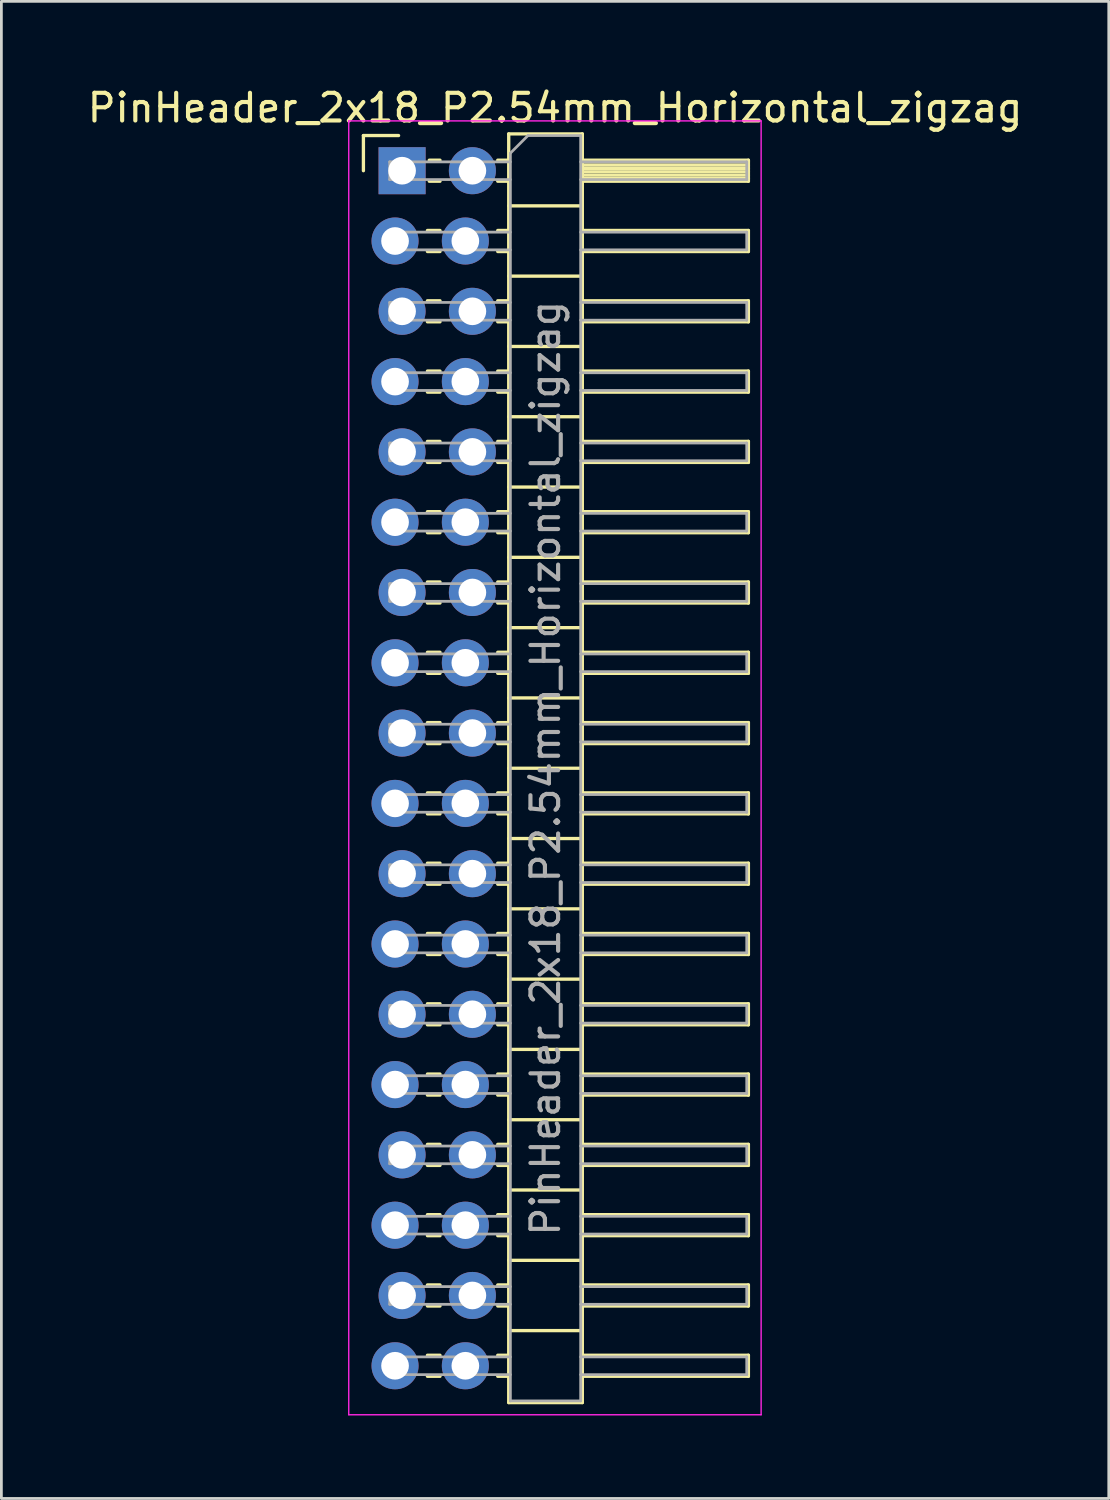
<source format=kicad_pcb>
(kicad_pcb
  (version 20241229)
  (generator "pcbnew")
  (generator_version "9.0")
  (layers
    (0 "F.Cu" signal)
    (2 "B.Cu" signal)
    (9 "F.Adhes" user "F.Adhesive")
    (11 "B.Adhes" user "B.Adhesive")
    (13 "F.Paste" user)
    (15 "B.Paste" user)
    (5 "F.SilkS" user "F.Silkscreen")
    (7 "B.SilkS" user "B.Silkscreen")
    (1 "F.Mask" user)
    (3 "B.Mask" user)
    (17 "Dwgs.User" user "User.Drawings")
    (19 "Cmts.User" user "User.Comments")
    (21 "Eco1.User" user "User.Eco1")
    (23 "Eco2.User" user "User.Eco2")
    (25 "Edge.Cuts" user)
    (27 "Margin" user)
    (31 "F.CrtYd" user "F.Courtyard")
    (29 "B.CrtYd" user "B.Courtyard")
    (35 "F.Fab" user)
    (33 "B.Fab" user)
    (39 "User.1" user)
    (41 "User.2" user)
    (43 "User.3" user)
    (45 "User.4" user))
  (footprint "PinHeader_2x18_P2.54mm_Horizontal_zigzag"
    (layer "F.Cu")
    (at 11.351 3.118)
    (property "Reference" "PinHeader_2x18_P2.54mm_Horizontal_zigzag" (at 5.655 -2.27 0) (layer "F.SilkS") (effects (font (size 1 1) (thickness 0.15))))
    (attr through_hole)
    (fp_line (start -1.27 -1.27) (end 0 -1.27) (stroke (width 0.12) (type solid)) (layer "F.SilkS"))
    (fp_line (start -1.27 0) (end -1.27 -1.27) (stroke (width 0.12) (type solid)) (layer "F.SilkS"))
    (fp_line (start 1.043 2.16) (end 1.497 2.16) (stroke (width 0.12) (type solid)) (layer "F.SilkS"))
    (fp_line (start 1.043 2.92) (end 1.497 2.92) (stroke (width 0.12) (type solid)) (layer "F.SilkS"))
    (fp_line (start 1.043 4.7) (end 1.497 4.7) (stroke (width 0.12) (type solid)) (layer "F.SilkS"))
    (fp_line (start 1.043 5.46) (end 1.497 5.46) (stroke (width 0.12) (type solid)) (layer "F.SilkS"))
    (fp_line (start 1.043 7.24) (end 1.497 7.24) (stroke (width 0.12) (type solid)) (layer "F.SilkS"))
    (fp_line (start 1.043 8) (end 1.497 8) (stroke (width 0.12) (type solid)) (layer "F.SilkS"))
    (fp_line (start 1.043 9.78) (end 1.497 9.78) (stroke (width 0.12) (type solid)) (layer "F.SilkS"))
    (fp_line (start 1.043 10.54) (end 1.497 10.54) (stroke (width 0.12) (type solid)) (layer "F.SilkS"))
    (fp_line (start 1.043 12.32) (end 1.497 12.32) (stroke (width 0.12) (type solid)) (layer "F.SilkS"))
    (fp_line (start 1.043 13.08) (end 1.497 13.08) (stroke (width 0.12) (type solid)) (layer "F.SilkS"))
    (fp_line (start 1.043 14.86) (end 1.497 14.86) (stroke (width 0.12) (type solid)) (layer "F.SilkS"))
    (fp_line (start 1.043 15.62) (end 1.497 15.62) (stroke (width 0.12) (type solid)) (layer "F.SilkS"))
    (fp_line (start 1.043 17.4) (end 1.497 17.4) (stroke (width 0.12) (type solid)) (layer "F.SilkS"))
    (fp_line (start 1.043 18.16) (end 1.497 18.16) (stroke (width 0.12) (type solid)) (layer "F.SilkS"))
    (fp_line (start 1.043 19.94) (end 1.497 19.94) (stroke (width 0.12) (type solid)) (layer "F.SilkS"))
    (fp_line (start 1.043 20.7) (end 1.497 20.7) (stroke (width 0.12) (type solid)) (layer "F.SilkS"))
    (fp_line (start 1.043 22.48) (end 1.497 22.48) (stroke (width 0.12) (type solid)) (layer "F.SilkS"))
    (fp_line (start 1.043 23.24) (end 1.497 23.24) (stroke (width 0.12) (type solid)) (layer "F.SilkS"))
    (fp_line (start 1.043 25.02) (end 1.497 25.02) (stroke (width 0.12) (type solid)) (layer "F.SilkS"))
    (fp_line (start 1.043 25.78) (end 1.497 25.78) (stroke (width 0.12) (type solid)) (layer "F.SilkS"))
    (fp_line (start 1.043 27.56) (end 1.497 27.56) (stroke (width 0.12) (type solid)) (layer "F.SilkS"))
    (fp_line (start 1.043 28.32) (end 1.497 28.32) (stroke (width 0.12) (type solid)) (layer "F.SilkS"))
    (fp_line (start 1.043 30.1) (end 1.497 30.1) (stroke (width 0.12) (type solid)) (layer "F.SilkS"))
    (fp_line (start 1.043 30.86) (end 1.497 30.86) (stroke (width 0.12) (type solid)) (layer "F.SilkS"))
    (fp_line (start 1.043 32.64) (end 1.497 32.64) (stroke (width 0.12) (type solid)) (layer "F.SilkS"))
    (fp_line (start 1.043 33.4) (end 1.497 33.4) (stroke (width 0.12) (type solid)) (layer "F.SilkS"))
    (fp_line (start 1.043 35.18) (end 1.497 35.18) (stroke (width 0.12) (type solid)) (layer "F.SilkS"))
    (fp_line (start 1.043 35.94) (end 1.497 35.94) (stroke (width 0.12) (type solid)) (layer "F.SilkS"))
    (fp_line (start 1.043 37.72) (end 1.497 37.72) (stroke (width 0.12) (type solid)) (layer "F.SilkS"))
    (fp_line (start 1.043 38.48) (end 1.497 38.48) (stroke (width 0.12) (type solid)) (layer "F.SilkS"))
    (fp_line (start 1.043 40.26) (end 1.497 40.26) (stroke (width 0.12) (type solid)) (layer "F.SilkS"))
    (fp_line (start 1.043 41.02) (end 1.497 41.02) (stroke (width 0.12) (type solid)) (layer "F.SilkS"))
    (fp_line (start 1.043 42.8) (end 1.497 42.8) (stroke (width 0.12) (type solid)) (layer "F.SilkS"))
    (fp_line (start 1.043 43.56) (end 1.497 43.56) (stroke (width 0.12) (type solid)) (layer "F.SilkS"))
    (fp_line (start 1.11 -0.38) (end 1.497 -0.38) (stroke (width 0.12) (type solid)) (layer "F.SilkS"))
    (fp_line (start 1.11 0.38) (end 1.497 0.38) (stroke (width 0.12) (type solid)) (layer "F.SilkS"))
    (fp_line (start 3.583 -0.38) (end 3.98 -0.38) (stroke (width 0.12) (type solid)) (layer "F.SilkS"))
    (fp_line (start 3.583 0.38) (end 3.98 0.38) (stroke (width 0.12) (type solid)) (layer "F.SilkS"))
    (fp_line (start 3.583 2.16) (end 3.98 2.16) (stroke (width 0.12) (type solid)) (layer "F.SilkS"))
    (fp_line (start 3.583 2.92) (end 3.98 2.92) (stroke (width 0.12) (type solid)) (layer "F.SilkS"))
    (fp_line (start 3.583 4.7) (end 3.98 4.7) (stroke (width 0.12) (type solid)) (layer "F.SilkS"))
    (fp_line (start 3.583 5.46) (end 3.98 5.46) (stroke (width 0.12) (type solid)) (layer "F.SilkS"))
    (fp_line (start 3.583 7.24) (end 3.98 7.24) (stroke (width 0.12) (type solid)) (layer "F.SilkS"))
    (fp_line (start 3.583 8) (end 3.98 8) (stroke (width 0.12) (type solid)) (layer "F.SilkS"))
    (fp_line (start 3.583 9.78) (end 3.98 9.78) (stroke (width 0.12) (type solid)) (layer "F.SilkS"))
    (fp_line (start 3.583 10.54) (end 3.98 10.54) (stroke (width 0.12) (type solid)) (layer "F.SilkS"))
    (fp_line (start 3.583 12.32) (end 3.98 12.32) (stroke (width 0.12) (type solid)) (layer "F.SilkS"))
    (fp_line (start 3.583 13.08) (end 3.98 13.08) (stroke (width 0.12) (type solid)) (layer "F.SilkS"))
    (fp_line (start 3.583 14.86) (end 3.98 14.86) (stroke (width 0.12) (type solid)) (layer "F.SilkS"))
    (fp_line (start 3.583 15.62) (end 3.98 15.62) (stroke (width 0.12) (type solid)) (layer "F.SilkS"))
    (fp_line (start 3.583 17.4) (end 3.98 17.4) (stroke (width 0.12) (type solid)) (layer "F.SilkS"))
    (fp_line (start 3.583 18.16) (end 3.98 18.16) (stroke (width 0.12) (type solid)) (layer "F.SilkS"))
    (fp_line (start 3.583 19.94) (end 3.98 19.94) (stroke (width 0.12) (type solid)) (layer "F.SilkS"))
    (fp_line (start 3.583 20.7) (end 3.98 20.7) (stroke (width 0.12) (type solid)) (layer "F.SilkS"))
    (fp_line (start 3.583 22.48) (end 3.98 22.48) (stroke (width 0.12) (type solid)) (layer "F.SilkS"))
    (fp_line (start 3.583 23.24) (end 3.98 23.24) (stroke (width 0.12) (type solid)) (layer "F.SilkS"))
    (fp_line (start 3.583 25.02) (end 3.98 25.02) (stroke (width 0.12) (type solid)) (layer "F.SilkS"))
    (fp_line (start 3.583 25.78) (end 3.98 25.78) (stroke (width 0.12) (type solid)) (layer "F.SilkS"))
    (fp_line (start 3.583 27.56) (end 3.98 27.56) (stroke (width 0.12) (type solid)) (layer "F.SilkS"))
    (fp_line (start 3.583 28.32) (end 3.98 28.32) (stroke (width 0.12) (type solid)) (layer "F.SilkS"))
    (fp_line (start 3.583 30.1) (end 3.98 30.1) (stroke (width 0.12) (type solid)) (layer "F.SilkS"))
    (fp_line (start 3.583 30.86) (end 3.98 30.86) (stroke (width 0.12) (type solid)) (layer "F.SilkS"))
    (fp_line (start 3.583 32.64) (end 3.98 32.64) (stroke (width 0.12) (type solid)) (layer "F.SilkS"))
    (fp_line (start 3.583 33.4) (end 3.98 33.4) (stroke (width 0.12) (type solid)) (layer "F.SilkS"))
    (fp_line (start 3.583 35.18) (end 3.98 35.18) (stroke (width 0.12) (type solid)) (layer "F.SilkS"))
    (fp_line (start 3.583 35.94) (end 3.98 35.94) (stroke (width 0.12) (type solid)) (layer "F.SilkS"))
    (fp_line (start 3.583 37.72) (end 3.98 37.72) (stroke (width 0.12) (type solid)) (layer "F.SilkS"))
    (fp_line (start 3.583 38.48) (end 3.98 38.48) (stroke (width 0.12) (type solid)) (layer "F.SilkS"))
    (fp_line (start 3.583 40.26) (end 3.98 40.26) (stroke (width 0.12) (type solid)) (layer "F.SilkS"))
    (fp_line (start 3.583 41.02) (end 3.98 41.02) (stroke (width 0.12) (type solid)) (layer "F.SilkS"))
    (fp_line (start 3.583 42.8) (end 3.98 42.8) (stroke (width 0.12) (type solid)) (layer "F.SilkS"))
    (fp_line (start 3.583 43.56) (end 3.98 43.56) (stroke (width 0.12) (type solid)) (layer "F.SilkS"))
    (fp_line (start 3.98 -1.33) (end 3.98 44.51) (stroke (width 0.12) (type solid)) (layer "F.SilkS"))
    (fp_line (start 3.98 1.27) (end 6.64 1.27) (stroke (width 0.12) (type solid)) (layer "F.SilkS"))
    (fp_line (start 3.98 3.81) (end 6.64 3.81) (stroke (width 0.12) (type solid)) (layer "F.SilkS"))
    (fp_line (start 3.98 6.35) (end 6.64 6.35) (stroke (width 0.12) (type solid)) (layer "F.SilkS"))
    (fp_line (start 3.98 8.89) (end 6.64 8.89) (stroke (width 0.12) (type solid)) (layer "F.SilkS"))
    (fp_line (start 3.98 11.43) (end 6.64 11.43) (stroke (width 0.12) (type solid)) (layer "F.SilkS"))
    (fp_line (start 3.98 13.97) (end 6.64 13.97) (stroke (width 0.12) (type solid)) (layer "F.SilkS"))
    (fp_line (start 3.98 16.51) (end 6.64 16.51) (stroke (width 0.12) (type solid)) (layer "F.SilkS"))
    (fp_line (start 3.98 19.05) (end 6.64 19.05) (stroke (width 0.12) (type solid)) (layer "F.SilkS"))
    (fp_line (start 3.98 21.59) (end 6.64 21.59) (stroke (width 0.12) (type solid)) (layer "F.SilkS"))
    (fp_line (start 3.98 24.13) (end 6.64 24.13) (stroke (width 0.12) (type solid)) (layer "F.SilkS"))
    (fp_line (start 3.98 26.67) (end 6.64 26.67) (stroke (width 0.12) (type solid)) (layer "F.SilkS"))
    (fp_line (start 3.98 29.21) (end 6.64 29.21) (stroke (width 0.12) (type solid)) (layer "F.SilkS"))
    (fp_line (start 3.98 31.75) (end 6.64 31.75) (stroke (width 0.12) (type solid)) (layer "F.SilkS"))
    (fp_line (start 3.98 34.29) (end 6.64 34.29) (stroke (width 0.12) (type solid)) (layer "F.SilkS"))
    (fp_line (start 3.98 36.83) (end 6.64 36.83) (stroke (width 0.12) (type solid)) (layer "F.SilkS"))
    (fp_line (start 3.98 39.37) (end 6.64 39.37) (stroke (width 0.12) (type solid)) (layer "F.SilkS"))
    (fp_line (start 3.98 41.91) (end 6.64 41.91) (stroke (width 0.12) (type solid)) (layer "F.SilkS"))
    (fp_line (start 3.98 44.51) (end 6.64 44.51) (stroke (width 0.12) (type solid)) (layer "F.SilkS"))
    (fp_line (start 6.64 -1.33) (end 3.98 -1.33) (stroke (width 0.12) (type solid)) (layer "F.SilkS"))
    (fp_line (start 6.64 -0.38) (end 12.64 -0.38) (stroke (width 0.12) (type solid)) (layer "F.SilkS"))
    (fp_line (start 6.64 -0.32) (end 12.64 -0.32) (stroke (width 0.12) (type solid)) (layer "F.SilkS"))
    (fp_line (start 6.64 -0.2) (end 12.64 -0.2) (stroke (width 0.12) (type solid)) (layer "F.SilkS"))
    (fp_line (start 6.64 -0.08) (end 12.64 -0.08) (stroke (width 0.12) (type solid)) (layer "F.SilkS"))
    (fp_line (start 6.64 0.04) (end 12.64 0.04) (stroke (width 0.12) (type solid)) (layer "F.SilkS"))
    (fp_line (start 6.64 0.16) (end 12.64 0.16) (stroke (width 0.12) (type solid)) (layer "F.SilkS"))
    (fp_line (start 6.64 0.28) (end 12.64 0.28) (stroke (width 0.12) (type solid)) (layer "F.SilkS"))
    (fp_line (start 6.64 2.16) (end 12.64 2.16) (stroke (width 0.12) (type solid)) (layer "F.SilkS"))
    (fp_line (start 6.64 4.7) (end 12.64 4.7) (stroke (width 0.12) (type solid)) (layer "F.SilkS"))
    (fp_line (start 6.64 7.24) (end 12.64 7.24) (stroke (width 0.12) (type solid)) (layer "F.SilkS"))
    (fp_line (start 6.64 9.78) (end 12.64 9.78) (stroke (width 0.12) (type solid)) (layer "F.SilkS"))
    (fp_line (start 6.64 12.32) (end 12.64 12.32) (stroke (width 0.12) (type solid)) (layer "F.SilkS"))
    (fp_line (start 6.64 14.86) (end 12.64 14.86) (stroke (width 0.12) (type solid)) (layer "F.SilkS"))
    (fp_line (start 6.64 17.4) (end 12.64 17.4) (stroke (width 0.12) (type solid)) (layer "F.SilkS"))
    (fp_line (start 6.64 19.94) (end 12.64 19.94) (stroke (width 0.12) (type solid)) (layer "F.SilkS"))
    (fp_line (start 6.64 22.48) (end 12.64 22.48) (stroke (width 0.12) (type solid)) (layer "F.SilkS"))
    (fp_line (start 6.64 25.02) (end 12.64 25.02) (stroke (width 0.12) (type solid)) (layer "F.SilkS"))
    (fp_line (start 6.64 27.56) (end 12.64 27.56) (stroke (width 0.12) (type solid)) (layer "F.SilkS"))
    (fp_line (start 6.64 30.1) (end 12.64 30.1) (stroke (width 0.12) (type solid)) (layer "F.SilkS"))
    (fp_line (start 6.64 32.64) (end 12.64 32.64) (stroke (width 0.12) (type solid)) (layer "F.SilkS"))
    (fp_line (start 6.64 35.18) (end 12.64 35.18) (stroke (width 0.12) (type solid)) (layer "F.SilkS"))
    (fp_line (start 6.64 37.72) (end 12.64 37.72) (stroke (width 0.12) (type solid)) (layer "F.SilkS"))
    (fp_line (start 6.64 40.26) (end 12.64 40.26) (stroke (width 0.12) (type solid)) (layer "F.SilkS"))
    (fp_line (start 6.64 42.8) (end 12.64 42.8) (stroke (width 0.12) (type solid)) (layer "F.SilkS"))
    (fp_line (start 6.64 44.51) (end 6.64 -1.33) (stroke (width 0.12) (type solid)) (layer "F.SilkS"))
    (fp_line (start 12.64 -0.38) (end 12.64 0.38) (stroke (width 0.12) (type solid)) (layer "F.SilkS"))
    (fp_line (start 12.64 0.38) (end 6.64 0.38) (stroke (width 0.12) (type solid)) (layer "F.SilkS"))
    (fp_line (start 12.64 2.16) (end 12.64 2.92) (stroke (width 0.12) (type solid)) (layer "F.SilkS"))
    (fp_line (start 12.64 2.92) (end 6.64 2.92) (stroke (width 0.12) (type solid)) (layer "F.SilkS"))
    (fp_line (start 12.64 4.7) (end 12.64 5.46) (stroke (width 0.12) (type solid)) (layer "F.SilkS"))
    (fp_line (start 12.64 5.46) (end 6.64 5.46) (stroke (width 0.12) (type solid)) (layer "F.SilkS"))
    (fp_line (start 12.64 7.24) (end 12.64 8) (stroke (width 0.12) (type solid)) (layer "F.SilkS"))
    (fp_line (start 12.64 8) (end 6.64 8) (stroke (width 0.12) (type solid)) (layer "F.SilkS"))
    (fp_line (start 12.64 9.78) (end 12.64 10.54) (stroke (width 0.12) (type solid)) (layer "F.SilkS"))
    (fp_line (start 12.64 10.54) (end 6.64 10.54) (stroke (width 0.12) (type solid)) (layer "F.SilkS"))
    (fp_line (start 12.64 12.32) (end 12.64 13.08) (stroke (width 0.12) (type solid)) (layer "F.SilkS"))
    (fp_line (start 12.64 13.08) (end 6.64 13.08) (stroke (width 0.12) (type solid)) (layer "F.SilkS"))
    (fp_line (start 12.64 14.86) (end 12.64 15.62) (stroke (width 0.12) (type solid)) (layer "F.SilkS"))
    (fp_line (start 12.64 15.62) (end 6.64 15.62) (stroke (width 0.12) (type solid)) (layer "F.SilkS"))
    (fp_line (start 12.64 17.4) (end 12.64 18.16) (stroke (width 0.12) (type solid)) (layer "F.SilkS"))
    (fp_line (start 12.64 18.16) (end 6.64 18.16) (stroke (width 0.12) (type solid)) (layer "F.SilkS"))
    (fp_line (start 12.64 19.94) (end 12.64 20.7) (stroke (width 0.12) (type solid)) (layer "F.SilkS"))
    (fp_line (start 12.64 20.7) (end 6.64 20.7) (stroke (width 0.12) (type solid)) (layer "F.SilkS"))
    (fp_line (start 12.64 22.48) (end 12.64 23.24) (stroke (width 0.12) (type solid)) (layer "F.SilkS"))
    (fp_line (start 12.64 23.24) (end 6.64 23.24) (stroke (width 0.12) (type solid)) (layer "F.SilkS"))
    (fp_line (start 12.64 25.02) (end 12.64 25.78) (stroke (width 0.12) (type solid)) (layer "F.SilkS"))
    (fp_line (start 12.64 25.78) (end 6.64 25.78) (stroke (width 0.12) (type solid)) (layer "F.SilkS"))
    (fp_line (start 12.64 27.56) (end 12.64 28.32) (stroke (width 0.12) (type solid)) (layer "F.SilkS"))
    (fp_line (start 12.64 28.32) (end 6.64 28.32) (stroke (width 0.12) (type solid)) (layer "F.SilkS"))
    (fp_line (start 12.64 30.1) (end 12.64 30.86) (stroke (width 0.12) (type solid)) (layer "F.SilkS"))
    (fp_line (start 12.64 30.86) (end 6.64 30.86) (stroke (width 0.12) (type solid)) (layer "F.SilkS"))
    (fp_line (start 12.64 32.64) (end 12.64 33.4) (stroke (width 0.12) (type solid)) (layer "F.SilkS"))
    (fp_line (start 12.64 33.4) (end 6.64 33.4) (stroke (width 0.12) (type solid)) (layer "F.SilkS"))
    (fp_line (start 12.64 35.18) (end 12.64 35.94) (stroke (width 0.12) (type solid)) (layer "F.SilkS"))
    (fp_line (start 12.64 35.94) (end 6.64 35.94) (stroke (width 0.12) (type solid)) (layer "F.SilkS"))
    (fp_line (start 12.64 37.72) (end 12.64 38.48) (stroke (width 0.12) (type solid)) (layer "F.SilkS"))
    (fp_line (start 12.64 38.48) (end 6.64 38.48) (stroke (width 0.12) (type solid)) (layer "F.SilkS"))
    (fp_line (start 12.64 40.26) (end 12.64 41.02) (stroke (width 0.12) (type solid)) (layer "F.SilkS"))
    (fp_line (start 12.64 41.02) (end 6.64 41.02) (stroke (width 0.12) (type solid)) (layer "F.SilkS"))
    (fp_line (start 12.64 42.8) (end 12.64 43.56) (stroke (width 0.12) (type solid)) (layer "F.SilkS"))
    (fp_line (start 12.64 43.56) (end 6.64 43.56) (stroke (width 0.12) (type solid)) (layer "F.SilkS"))
    (fp_line (start -1.8 -1.8) (end -1.8 44.95) (stroke (width 0.05) (type solid)) (layer "F.CrtYd"))
    (fp_line (start -1.8 44.95) (end 13.1 44.95) (stroke (width 0.05) (type solid)) (layer "F.CrtYd"))
    (fp_line (start 13.1 -1.8) (end -1.8 -1.8) (stroke (width 0.05) (type solid)) (layer "F.CrtYd"))
    (fp_line (start 13.1 44.95) (end 13.1 -1.8) (stroke (width 0.05) (type solid)) (layer "F.CrtYd"))
    (fp_line (start -0.32 -0.32) (end -0.32 0.32) (stroke (width 0.1) (type solid)) (layer "F.Fab"))
    (fp_line (start -0.32 -0.32) (end 4.04 -0.32) (stroke (width 0.1) (type solid)) (layer "F.Fab"))
    (fp_line (start -0.32 0.32) (end 4.04 0.32) (stroke (width 0.1) (type solid)) (layer "F.Fab"))
    (fp_line (start -0.32 2.22) (end -0.32 2.86) (stroke (width 0.1) (type solid)) (layer "F.Fab"))
    (fp_line (start -0.32 2.22) (end 4.04 2.22) (stroke (width 0.1) (type solid)) (layer "F.Fab"))
    (fp_line (start -0.32 2.86) (end 4.04 2.86) (stroke (width 0.1) (type solid)) (layer "F.Fab"))
    (fp_line (start -0.32 4.76) (end -0.32 5.4) (stroke (width 0.1) (type solid)) (layer "F.Fab"))
    (fp_line (start -0.32 4.76) (end 4.04 4.76) (stroke (width 0.1) (type solid)) (layer "F.Fab"))
    (fp_line (start -0.32 5.4) (end 4.04 5.4) (stroke (width 0.1) (type solid)) (layer "F.Fab"))
    (fp_line (start -0.32 7.3) (end -0.32 7.94) (stroke (width 0.1) (type solid)) (layer "F.Fab"))
    (fp_line (start -0.32 7.3) (end 4.04 7.3) (stroke (width 0.1) (type solid)) (layer "F.Fab"))
    (fp_line (start -0.32 7.94) (end 4.04 7.94) (stroke (width 0.1) (type solid)) (layer "F.Fab"))
    (fp_line (start -0.32 9.84) (end -0.32 10.48) (stroke (width 0.1) (type solid)) (layer "F.Fab"))
    (fp_line (start -0.32 9.84) (end 4.04 9.84) (stroke (width 0.1) (type solid)) (layer "F.Fab"))
    (fp_line (start -0.32 10.48) (end 4.04 10.48) (stroke (width 0.1) (type solid)) (layer "F.Fab"))
    (fp_line (start -0.32 12.38) (end -0.32 13.02) (stroke (width 0.1) (type solid)) (layer "F.Fab"))
    (fp_line (start -0.32 12.38) (end 4.04 12.38) (stroke (width 0.1) (type solid)) (layer "F.Fab"))
    (fp_line (start -0.32 13.02) (end 4.04 13.02) (stroke (width 0.1) (type solid)) (layer "F.Fab"))
    (fp_line (start -0.32 14.92) (end -0.32 15.56) (stroke (width 0.1) (type solid)) (layer "F.Fab"))
    (fp_line (start -0.32 14.92) (end 4.04 14.92) (stroke (width 0.1) (type solid)) (layer "F.Fab"))
    (fp_line (start -0.32 15.56) (end 4.04 15.56) (stroke (width 0.1) (type solid)) (layer "F.Fab"))
    (fp_line (start -0.32 17.46) (end -0.32 18.1) (stroke (width 0.1) (type solid)) (layer "F.Fab"))
    (fp_line (start -0.32 17.46) (end 4.04 17.46) (stroke (width 0.1) (type solid)) (layer "F.Fab"))
    (fp_line (start -0.32 18.1) (end 4.04 18.1) (stroke (width 0.1) (type solid)) (layer "F.Fab"))
    (fp_line (start -0.32 20) (end -0.32 20.64) (stroke (width 0.1) (type solid)) (layer "F.Fab"))
    (fp_line (start -0.32 20) (end 4.04 20) (stroke (width 0.1) (type solid)) (layer "F.Fab"))
    (fp_line (start -0.32 20.64) (end 4.04 20.64) (stroke (width 0.1) (type solid)) (layer "F.Fab"))
    (fp_line (start -0.32 22.54) (end -0.32 23.18) (stroke (width 0.1) (type solid)) (layer "F.Fab"))
    (fp_line (start -0.32 22.54) (end 4.04 22.54) (stroke (width 0.1) (type solid)) (layer "F.Fab"))
    (fp_line (start -0.32 23.18) (end 4.04 23.18) (stroke (width 0.1) (type solid)) (layer "F.Fab"))
    (fp_line (start -0.32 25.08) (end -0.32 25.72) (stroke (width 0.1) (type solid)) (layer "F.Fab"))
    (fp_line (start -0.32 25.08) (end 4.04 25.08) (stroke (width 0.1) (type solid)) (layer "F.Fab"))
    (fp_line (start -0.32 25.72) (end 4.04 25.72) (stroke (width 0.1) (type solid)) (layer "F.Fab"))
    (fp_line (start -0.32 27.62) (end -0.32 28.26) (stroke (width 0.1) (type solid)) (layer "F.Fab"))
    (fp_line (start -0.32 27.62) (end 4.04 27.62) (stroke (width 0.1) (type solid)) (layer "F.Fab"))
    (fp_line (start -0.32 28.26) (end 4.04 28.26) (stroke (width 0.1) (type solid)) (layer "F.Fab"))
    (fp_line (start -0.32 30.16) (end -0.32 30.8) (stroke (width 0.1) (type solid)) (layer "F.Fab"))
    (fp_line (start -0.32 30.16) (end 4.04 30.16) (stroke (width 0.1) (type solid)) (layer "F.Fab"))
    (fp_line (start -0.32 30.8) (end 4.04 30.8) (stroke (width 0.1) (type solid)) (layer "F.Fab"))
    (fp_line (start -0.32 32.7) (end -0.32 33.34) (stroke (width 0.1) (type solid)) (layer "F.Fab"))
    (fp_line (start -0.32 32.7) (end 4.04 32.7) (stroke (width 0.1) (type solid)) (layer "F.Fab"))
    (fp_line (start -0.32 33.34) (end 4.04 33.34) (stroke (width 0.1) (type solid)) (layer "F.Fab"))
    (fp_line (start -0.32 35.24) (end -0.32 35.88) (stroke (width 0.1) (type solid)) (layer "F.Fab"))
    (fp_line (start -0.32 35.24) (end 4.04 35.24) (stroke (width 0.1) (type solid)) (layer "F.Fab"))
    (fp_line (start -0.32 35.88) (end 4.04 35.88) (stroke (width 0.1) (type solid)) (layer "F.Fab"))
    (fp_line (start -0.32 37.78) (end -0.32 38.42) (stroke (width 0.1) (type solid)) (layer "F.Fab"))
    (fp_line (start -0.32 37.78) (end 4.04 37.78) (stroke (width 0.1) (type solid)) (layer "F.Fab"))
    (fp_line (start -0.32 38.42) (end 4.04 38.42) (stroke (width 0.1) (type solid)) (layer "F.Fab"))
    (fp_line (start -0.32 40.32) (end -0.32 40.96) (stroke (width 0.1) (type solid)) (layer "F.Fab"))
    (fp_line (start -0.32 40.32) (end 4.04 40.32) (stroke (width 0.1) (type solid)) (layer "F.Fab"))
    (fp_line (start -0.32 40.96) (end 4.04 40.96) (stroke (width 0.1) (type solid)) (layer "F.Fab"))
    (fp_line (start -0.32 42.86) (end -0.32 43.5) (stroke (width 0.1) (type solid)) (layer "F.Fab"))
    (fp_line (start -0.32 42.86) (end 4.04 42.86) (stroke (width 0.1) (type solid)) (layer "F.Fab"))
    (fp_line (start -0.32 43.5) (end 4.04 43.5) (stroke (width 0.1) (type solid)) (layer "F.Fab"))
    (fp_line (start 4.04 -0.635) (end 4.675 -1.27) (stroke (width 0.1) (type solid)) (layer "F.Fab"))
    (fp_line (start 4.04 44.45) (end 4.04 -0.635) (stroke (width 0.1) (type solid)) (layer "F.Fab"))
    (fp_line (start 4.675 -1.27) (end 6.58 -1.27) (stroke (width 0.1) (type solid)) (layer "F.Fab"))
    (fp_line (start 6.58 -1.27) (end 6.58 44.45) (stroke (width 0.1) (type solid)) (layer "F.Fab"))
    (fp_line (start 6.58 -0.32) (end 12.58 -0.32) (stroke (width 0.1) (type solid)) (layer "F.Fab"))
    (fp_line (start 6.58 0.32) (end 12.58 0.32) (stroke (width 0.1) (type solid)) (layer "F.Fab"))
    (fp_line (start 6.58 2.22) (end 12.58 2.22) (stroke (width 0.1) (type solid)) (layer "F.Fab"))
    (fp_line (start 6.58 2.86) (end 12.58 2.86) (stroke (width 0.1) (type solid)) (layer "F.Fab"))
    (fp_line (start 6.58 4.76) (end 12.58 4.76) (stroke (width 0.1) (type solid)) (layer "F.Fab"))
    (fp_line (start 6.58 5.4) (end 12.58 5.4) (stroke (width 0.1) (type solid)) (layer "F.Fab"))
    (fp_line (start 6.58 7.3) (end 12.58 7.3) (stroke (width 0.1) (type solid)) (layer "F.Fab"))
    (fp_line (start 6.58 7.94) (end 12.58 7.94) (stroke (width 0.1) (type solid)) (layer "F.Fab"))
    (fp_line (start 6.58 9.84) (end 12.58 9.84) (stroke (width 0.1) (type solid)) (layer "F.Fab"))
    (fp_line (start 6.58 10.48) (end 12.58 10.48) (stroke (width 0.1) (type solid)) (layer "F.Fab"))
    (fp_line (start 6.58 12.38) (end 12.58 12.38) (stroke (width 0.1) (type solid)) (layer "F.Fab"))
    (fp_line (start 6.58 13.02) (end 12.58 13.02) (stroke (width 0.1) (type solid)) (layer "F.Fab"))
    (fp_line (start 6.58 14.92) (end 12.58 14.92) (stroke (width 0.1) (type solid)) (layer "F.Fab"))
    (fp_line (start 6.58 15.56) (end 12.58 15.56) (stroke (width 0.1) (type solid)) (layer "F.Fab"))
    (fp_line (start 6.58 17.46) (end 12.58 17.46) (stroke (width 0.1) (type solid)) (layer "F.Fab"))
    (fp_line (start 6.58 18.1) (end 12.58 18.1) (stroke (width 0.1) (type solid)) (layer "F.Fab"))
    (fp_line (start 6.58 20) (end 12.58 20) (stroke (width 0.1) (type solid)) (layer "F.Fab"))
    (fp_line (start 6.58 20.64) (end 12.58 20.64) (stroke (width 0.1) (type solid)) (layer "F.Fab"))
    (fp_line (start 6.58 22.54) (end 12.58 22.54) (stroke (width 0.1) (type solid)) (layer "F.Fab"))
    (fp_line (start 6.58 23.18) (end 12.58 23.18) (stroke (width 0.1) (type solid)) (layer "F.Fab"))
    (fp_line (start 6.58 25.08) (end 12.58 25.08) (stroke (width 0.1) (type solid)) (layer "F.Fab"))
    (fp_line (start 6.58 25.72) (end 12.58 25.72) (stroke (width 0.1) (type solid)) (layer "F.Fab"))
    (fp_line (start 6.58 27.62) (end 12.58 27.62) (stroke (width 0.1) (type solid)) (layer "F.Fab"))
    (fp_line (start 6.58 28.26) (end 12.58 28.26) (stroke (width 0.1) (type solid)) (layer "F.Fab"))
    (fp_line (start 6.58 30.16) (end 12.58 30.16) (stroke (width 0.1) (type solid)) (layer "F.Fab"))
    (fp_line (start 6.58 30.8) (end 12.58 30.8) (stroke (width 0.1) (type solid)) (layer "F.Fab"))
    (fp_line (start 6.58 32.7) (end 12.58 32.7) (stroke (width 0.1) (type solid)) (layer "F.Fab"))
    (fp_line (start 6.58 33.34) (end 12.58 33.34) (stroke (width 0.1) (type solid)) (layer "F.Fab"))
    (fp_line (start 6.58 35.24) (end 12.58 35.24) (stroke (width 0.1) (type solid)) (layer "F.Fab"))
    (fp_line (start 6.58 35.88) (end 12.58 35.88) (stroke (width 0.1) (type solid)) (layer "F.Fab"))
    (fp_line (start 6.58 37.78) (end 12.58 37.78) (stroke (width 0.1) (type solid)) (layer "F.Fab"))
    (fp_line (start 6.58 38.42) (end 12.58 38.42) (stroke (width 0.1) (type solid)) (layer "F.Fab"))
    (fp_line (start 6.58 40.32) (end 12.58 40.32) (stroke (width 0.1) (type solid)) (layer "F.Fab"))
    (fp_line (start 6.58 40.96) (end 12.58 40.96) (stroke (width 0.1) (type solid)) (layer "F.Fab"))
    (fp_line (start 6.58 42.86) (end 12.58 42.86) (stroke (width 0.1) (type solid)) (layer "F.Fab"))
    (fp_line (start 6.58 43.5) (end 12.58 43.5) (stroke (width 0.1) (type solid)) (layer "F.Fab"))
    (fp_line (start 6.58 44.45) (end 4.04 44.45) (stroke (width 0.1) (type solid)) (layer "F.Fab"))
    (fp_line (start 12.58 -0.32) (end 12.58 0.32) (stroke (width 0.1) (type solid)) (layer "F.Fab"))
    (fp_line (start 12.58 2.22) (end 12.58 2.86) (stroke (width 0.1) (type solid)) (layer "F.Fab"))
    (fp_line (start 12.58 4.76) (end 12.58 5.4) (stroke (width 0.1) (type solid)) (layer "F.Fab"))
    (fp_line (start 12.58 7.3) (end 12.58 7.94) (stroke (width 0.1) (type solid)) (layer "F.Fab"))
    (fp_line (start 12.58 9.84) (end 12.58 10.48) (stroke (width 0.1) (type solid)) (layer "F.Fab"))
    (fp_line (start 12.58 12.38) (end 12.58 13.02) (stroke (width 0.1) (type solid)) (layer "F.Fab"))
    (fp_line (start 12.58 14.92) (end 12.58 15.56) (stroke (width 0.1) (type solid)) (layer "F.Fab"))
    (fp_line (start 12.58 17.46) (end 12.58 18.1) (stroke (width 0.1) (type solid)) (layer "F.Fab"))
    (fp_line (start 12.58 20) (end 12.58 20.64) (stroke (width 0.1) (type solid)) (layer "F.Fab"))
    (fp_line (start 12.58 22.54) (end 12.58 23.18) (stroke (width 0.1) (type solid)) (layer "F.Fab"))
    (fp_line (start 12.58 25.08) (end 12.58 25.72) (stroke (width 0.1) (type solid)) (layer "F.Fab"))
    (fp_line (start 12.58 27.62) (end 12.58 28.26) (stroke (width 0.1) (type solid)) (layer "F.Fab"))
    (fp_line (start 12.58 30.16) (end 12.58 30.8) (stroke (width 0.1) (type solid)) (layer "F.Fab"))
    (fp_line (start 12.58 32.7) (end 12.58 33.34) (stroke (width 0.1) (type solid)) (layer "F.Fab"))
    (fp_line (start 12.58 35.24) (end 12.58 35.88) (stroke (width 0.1) (type solid)) (layer "F.Fab"))
    (fp_line (start 12.58 37.78) (end 12.58 38.42) (stroke (width 0.1) (type solid)) (layer "F.Fab"))
    (fp_line (start 12.58 40.32) (end 12.58 40.96) (stroke (width 0.1) (type solid)) (layer "F.Fab"))
    (fp_line (start 12.58 42.86) (end 12.58 43.5) (stroke (width 0.1) (type solid)) (layer "F.Fab"))
    (fp_text user "${REFERENCE}" (at 5.31 21.59 90) (layer "F.Fab") (effects (font (size 1 1) (thickness 0.15))))
    (pad "1" thru_hole rect (at 0.127 0) (size 1.7 1.7) (drill 1) (layers "*.Cu" "*.Mask"))
    (pad "2" thru_hole oval (at 2.667 0) (size 1.7 1.7) (drill 1) (layers "*.Cu" "*.Mask"))
    (pad "3" thru_hole oval (at -0.127 2.54) (size 1.7 1.7) (drill 1) (layers "*.Cu" "*.Mask"))
    (pad "4" thru_hole oval (at 2.413 2.54) (size 1.7 1.7) (drill 1) (layers "*.Cu" "*.Mask"))
    (pad "5" thru_hole oval (at 0.127 5.08) (size 1.7 1.7) (drill 1) (layers "*.Cu" "*.Mask"))
    (pad "6" thru_hole oval (at 2.667 5.08) (size 1.7 1.7) (drill 1) (layers "*.Cu" "*.Mask"))
    (pad "7" thru_hole oval (at -0.127 7.62) (size 1.7 1.7) (drill 1) (layers "*.Cu" "*.Mask"))
    (pad "8" thru_hole oval (at 2.413 7.62) (size 1.7 1.7) (drill 1) (layers "*.Cu" "*.Mask"))
    (pad "9" thru_hole oval (at 0.127 10.16) (size 1.7 1.7) (drill 1) (layers "*.Cu" "*.Mask"))
    (pad "10" thru_hole oval (at 2.667 10.16) (size 1.7 1.7) (drill 1) (layers "*.Cu" "*.Mask"))
    (pad "11" thru_hole oval (at -0.127 12.7) (size 1.7 1.7) (drill 1) (layers "*.Cu" "*.Mask"))
    (pad "12" thru_hole oval (at 2.413 12.7) (size 1.7 1.7) (drill 1) (layers "*.Cu" "*.Mask"))
    (pad "13" thru_hole oval (at 0.127 15.24) (size 1.7 1.7) (drill 1) (layers "*.Cu" "*.Mask"))
    (pad "14" thru_hole oval (at 2.667 15.24) (size 1.7 1.7) (drill 1) (layers "*.Cu" "*.Mask"))
    (pad "15" thru_hole oval (at -0.127 17.78) (size 1.7 1.7) (drill 1) (layers "*.Cu" "*.Mask"))
    (pad "16" thru_hole oval (at 2.413 17.78) (size 1.7 1.7) (drill 1) (layers "*.Cu" "*.Mask"))
    (pad "17" thru_hole oval (at 0.127 20.32) (size 1.7 1.7) (drill 1) (layers "*.Cu" "*.Mask"))
    (pad "18" thru_hole oval (at 2.667 20.32) (size 1.7 1.7) (drill 1) (layers "*.Cu" "*.Mask"))
    (pad "19" thru_hole oval (at -0.127 22.86) (size 1.7 1.7) (drill 1) (layers "*.Cu" "*.Mask"))
    (pad "20" thru_hole oval (at 2.413 22.86) (size 1.7 1.7) (drill 1) (layers "*.Cu" "*.Mask"))
    (pad "21" thru_hole oval (at 0.127 25.4) (size 1.7 1.7) (drill 1) (layers "*.Cu" "*.Mask"))
    (pad "22" thru_hole oval (at 2.667 25.4) (size 1.7 1.7) (drill 1) (layers "*.Cu" "*.Mask"))
    (pad "23" thru_hole oval (at -0.127 27.94) (size 1.7 1.7) (drill 1) (layers "*.Cu" "*.Mask"))
    (pad "24" thru_hole oval (at 2.413 27.94) (size 1.7 1.7) (drill 1) (layers "*.Cu" "*.Mask"))
    (pad "25" thru_hole oval (at 0.127 30.48) (size 1.7 1.7) (drill 1) (layers "*.Cu" "*.Mask"))
    (pad "26" thru_hole oval (at 2.667 30.48) (size 1.7 1.7) (drill 1) (layers "*.Cu" "*.Mask"))
    (pad "27" thru_hole oval (at -0.127 33.02) (size 1.7 1.7) (drill 1) (layers "*.Cu" "*.Mask"))
    (pad "28" thru_hole oval (at 2.413 33.02) (size 1.7 1.7) (drill 1) (layers "*.Cu" "*.Mask"))
    (pad "29" thru_hole oval (at 0.127 35.56) (size 1.7 1.7) (drill 1) (layers "*.Cu" "*.Mask"))
    (pad "30" thru_hole oval (at 2.667 35.56) (size 1.7 1.7) (drill 1) (layers "*.Cu" "*.Mask"))
    (pad "31" thru_hole oval (at -0.127 38.1) (size 1.7 1.7) (drill 1) (layers "*.Cu" "*.Mask"))
    (pad "32" thru_hole oval (at 2.413 38.1) (size 1.7 1.7) (drill 1) (layers "*.Cu" "*.Mask"))
    (pad "33" thru_hole oval (at 0.127 40.64) (size 1.7 1.7) (drill 1) (layers "*.Cu" "*.Mask"))
    (pad "34" thru_hole oval (at 2.667 40.64) (size 1.7 1.7) (drill 1) (layers "*.Cu" "*.Mask"))
    (pad "35" thru_hole oval (at -0.127 43.18) (size 1.7 1.7) (drill 1) (layers "*.Cu" "*.Mask"))
    (pad "36" thru_hole oval (at 2.413 43.18) (size 1.7 1.7) (drill 1) (layers "*.Cu" "*.Mask")))
  (gr_rect
    (start -3 -3)
    (end 37.012 51.093)
    (stroke (width 0.1) (type default))
    (fill no)
    (layer "Edge.Cuts")))
</source>
